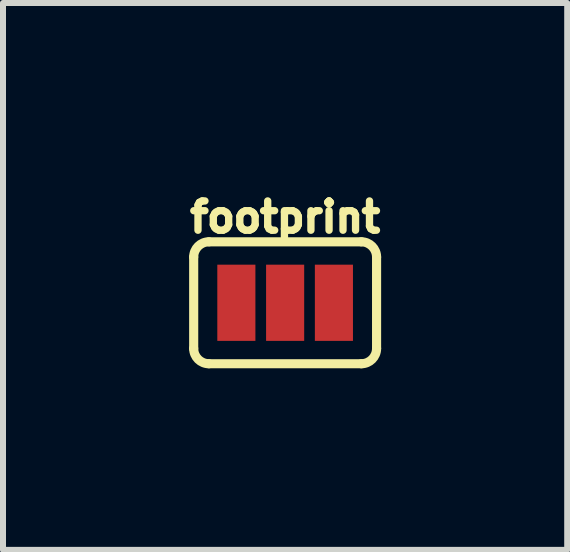
<source format=kicad_pcb>
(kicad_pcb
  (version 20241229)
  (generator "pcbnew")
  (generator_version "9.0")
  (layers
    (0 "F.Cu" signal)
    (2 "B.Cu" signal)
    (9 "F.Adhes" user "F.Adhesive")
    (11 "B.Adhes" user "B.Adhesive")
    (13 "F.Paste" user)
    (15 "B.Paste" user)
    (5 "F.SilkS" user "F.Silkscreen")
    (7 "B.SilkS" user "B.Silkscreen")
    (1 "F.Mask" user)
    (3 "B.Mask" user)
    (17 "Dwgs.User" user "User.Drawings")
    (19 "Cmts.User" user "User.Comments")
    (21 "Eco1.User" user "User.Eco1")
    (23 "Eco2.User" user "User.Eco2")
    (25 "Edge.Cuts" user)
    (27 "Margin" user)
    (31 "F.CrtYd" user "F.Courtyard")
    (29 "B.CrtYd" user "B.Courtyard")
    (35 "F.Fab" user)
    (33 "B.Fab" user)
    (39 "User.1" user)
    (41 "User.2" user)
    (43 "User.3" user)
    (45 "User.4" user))
  (footprint "footprint"
    (layer "F.Cu")
    (at 1.702 1.996)
    (property "Reference" "footprint" (at 0 -1.143 0) (layer "F.SilkS") (effects (font (size 0.488 0.488) (thickness 0.122)) (justify bottom)))
    (fp_line (start -1.524 0.762) (end -1.524 -0.762) (stroke (width 0.152) (type solid)) (layer "F.SilkS"))
    (fp_line (start -1.27 -1.016) (end 1.27 -1.016) (stroke (width 0.152) (type solid)) (layer "F.SilkS"))
    (fp_line (start 1.27 1.016) (end -1.27 1.016) (stroke (width 0.152) (type solid)) (layer "F.SilkS"))
    (fp_line (start 1.524 0.762) (end 1.524 -0.762) (stroke (width 0.152) (type solid)) (layer "F.SilkS"))
    (fp_arc (start -1.524 -0.762) (mid -1.449605 -0.941605) (end -1.27 -1.016) (stroke (width 0.1524) (type solid)) (layer "F.SilkS"))
    (fp_arc (start -1.27 1.016) (mid -1.449605 0.941605) (end -1.524 0.762) (stroke (width 0.1524) (type solid)) (layer "F.SilkS"))
    (fp_arc (start 1.27 -1.016) (mid 1.449605 -0.941605) (end 1.524 -0.762) (stroke (width 0.1524) (type solid)) (layer "F.SilkS"))
    (fp_arc (start 1.524 0.762) (mid 1.449605 0.941605) (end 1.27 1.016) (stroke (width 0.1524) (type solid)) (layer "F.SilkS"))
    (fp_poly (pts (xy -1.651 1.118) (xy 1.651 1.118) (xy 1.651 -1.118) (xy -1.651 -1.118)) (stroke (width 0) (type solid)) (fill yes) (layer "F.Paste"))
    (pad "1" smd rect (at -0.813 0) (size 0.635 1.27) (layers "F.Cu" "F.Mask"))
    (pad "2" smd rect (at 0 0) (size 0.635 1.27) (layers "F.Cu" "F.Mask"))
    (pad "3" smd rect (at 0.813 0) (size 0.635 1.27) (layers "F.Cu" "F.Mask")))
  (gr_rect
    (start -3 -3)
    (end 6.403 6.114)
    (stroke (width 0.1) (type default))
    (fill no)
    (layer "Edge.Cuts")))
</source>
